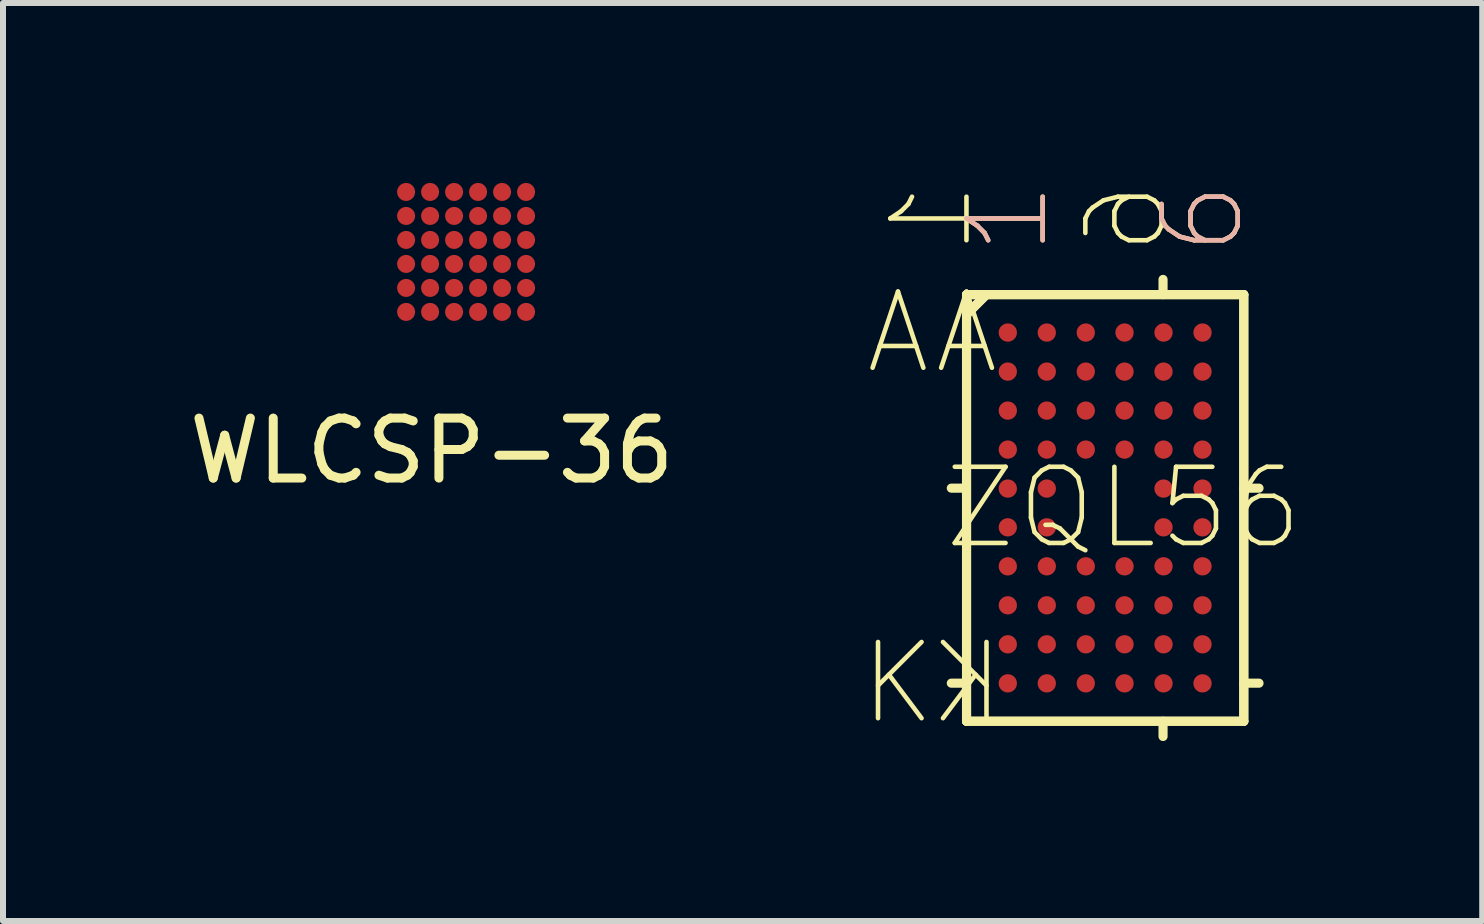
<source format=kicad_pcb>
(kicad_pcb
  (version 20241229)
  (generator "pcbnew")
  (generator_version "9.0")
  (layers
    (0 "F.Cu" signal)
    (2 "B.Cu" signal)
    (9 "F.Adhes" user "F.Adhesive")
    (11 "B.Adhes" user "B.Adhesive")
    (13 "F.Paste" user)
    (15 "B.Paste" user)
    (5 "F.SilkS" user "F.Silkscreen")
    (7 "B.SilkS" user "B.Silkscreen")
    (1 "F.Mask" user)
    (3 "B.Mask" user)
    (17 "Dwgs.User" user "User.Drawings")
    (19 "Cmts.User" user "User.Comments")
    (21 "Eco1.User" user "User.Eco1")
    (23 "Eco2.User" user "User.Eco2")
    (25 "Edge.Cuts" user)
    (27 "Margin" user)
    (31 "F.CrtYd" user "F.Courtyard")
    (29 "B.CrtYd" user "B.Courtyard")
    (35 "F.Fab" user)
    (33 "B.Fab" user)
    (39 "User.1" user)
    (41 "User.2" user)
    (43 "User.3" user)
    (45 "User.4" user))
  (footprint "WLCSP-36"
    (layer "F.Cu")
    (at 4.72 1.15)
    (property "Reference" "WLCSP-36" (at -0.572 3.315 0) (layer "F.SilkS") (effects (font (size 1 1) (thickness 0.15))))
    (attr through_hole)
    (pad "A1" smd circle (at -1 -1) (size 0.3 0.3) (layers "F.Cu" "F.Mask" "F.Paste"))
    (pad "A2" smd circle (at -0.6 -1) (size 0.3 0.3) (layers "F.Cu" "F.Mask" "F.Paste"))
    (pad "A3" smd circle (at -0.2 -1) (size 0.3 0.3) (layers "F.Cu" "F.Mask" "F.Paste"))
    (pad "A4" smd circle (at 0.2 -1) (size 0.3 0.3) (layers "F.Cu" "F.Mask" "F.Paste"))
    (pad "A5" smd circle (at 0.6 -1) (size 0.3 0.3) (layers "F.Cu" "F.Mask" "F.Paste"))
    (pad "A6" smd circle (at 1 -1) (size 0.3 0.3) (layers "F.Cu" "F.Mask" "F.Paste"))
    (pad "B1" smd circle (at -1 -0.6) (size 0.3 0.3) (layers "F.Cu" "F.Mask" "F.Paste"))
    (pad "B2" smd circle (at -0.6 -0.6) (size 0.3 0.3) (layers "F.Cu" "F.Mask" "F.Paste"))
    (pad "B3" smd circle (at -0.2 -0.6) (size 0.3 0.3) (layers "F.Cu" "F.Mask" "F.Paste"))
    (pad "B4" smd circle (at 0.2 -0.6) (size 0.3 0.3) (layers "F.Cu" "F.Mask" "F.Paste"))
    (pad "B5" smd circle (at 0.6 -0.6) (size 0.3 0.3) (layers "F.Cu" "F.Mask" "F.Paste"))
    (pad "B6" smd circle (at 1 -0.6) (size 0.3 0.3) (layers "F.Cu" "F.Mask" "F.Paste"))
    (pad "C1" smd circle (at -1 -0.2) (size 0.3 0.3) (layers "F.Cu" "F.Mask" "F.Paste"))
    (pad "C2" smd circle (at -0.6 -0.2) (size 0.3 0.3) (layers "F.Cu" "F.Mask" "F.Paste"))
    (pad "C3" smd circle (at -0.2 -0.2) (size 0.3 0.3) (layers "F.Cu" "F.Mask" "F.Paste"))
    (pad "C4" smd circle (at 0.2 -0.2) (size 0.3 0.3) (layers "F.Cu" "F.Mask" "F.Paste"))
    (pad "C5" smd circle (at 0.6 -0.2) (size 0.3 0.3) (layers "F.Cu" "F.Mask" "F.Paste"))
    (pad "C6" smd circle (at 1 -0.2) (size 0.3 0.3) (layers "F.Cu" "F.Mask" "F.Paste"))
    (pad "D1" smd circle (at -1 0.2) (size 0.3 0.3) (layers "F.Cu" "F.Mask" "F.Paste"))
    (pad "D2" smd circle (at -0.6 0.2) (size 0.3 0.3) (layers "F.Cu" "F.Mask" "F.Paste"))
    (pad "D3" smd circle (at -0.2 0.2) (size 0.3 0.3) (layers "F.Cu" "F.Mask" "F.Paste"))
    (pad "D4" smd circle (at 0.2 0.2) (size 0.3 0.3) (layers "F.Cu" "F.Mask" "F.Paste"))
    (pad "D5" smd circle (at 0.6 0.2) (size 0.3 0.3) (layers "F.Cu" "F.Mask" "F.Paste"))
    (pad "D6" smd circle (at 1 0.2) (size 0.3 0.3) (layers "F.Cu" "F.Mask" "F.Paste"))
    (pad "E1" smd circle (at -1 0.6) (size 0.3 0.3) (layers "F.Cu" "F.Mask" "F.Paste"))
    (pad "E2" smd circle (at -0.6 0.6) (size 0.3 0.3) (layers "F.Cu" "F.Mask" "F.Paste"))
    (pad "E3" smd circle (at -0.2 0.6) (size 0.3 0.3) (layers "F.Cu" "F.Mask" "F.Paste"))
    (pad "E4" smd circle (at 0.2 0.6) (size 0.3 0.3) (layers "F.Cu" "F.Mask" "F.Paste"))
    (pad "E5" smd circle (at 0.6 0.6) (size 0.3 0.3) (layers "F.Cu" "F.Mask" "F.Paste"))
    (pad "E6" smd circle (at 1 0.6) (size 0.3 0.3) (layers "F.Cu" "F.Mask" "F.Paste"))
    (pad "F1" smd circle (at -1 1) (size 0.3 0.3) (layers "F.Cu" "F.Mask" "F.Paste"))
    (pad "F2" smd circle (at -0.6 1) (size 0.3 0.3) (layers "F.Cu" "F.Mask" "F.Paste"))
    (pad "F3" smd circle (at -0.2 1) (size 0.3 0.3) (layers "F.Cu" "F.Mask" "F.Paste"))
    (pad "F4" smd circle (at 0.2 1) (size 0.3 0.3) (layers "F.Cu" "F.Mask" "F.Paste"))
    (pad "F5" smd circle (at 0.6 1) (size 0.3 0.3) (layers "F.Cu" "F.Mask" "F.Paste"))
    (pad "F6" smd circle (at 1 1) (size 0.3 0.3) (layers "F.Cu" "F.Mask" "F.Paste")))
  (footprint "ZQL56"
    (layer "F.Cu")
    (at 15.374 5.418)
    (property "Reference" "ZQL56" (at 0.305 0 0) (layer "F.SilkS") (effects (font (size 1.27 1.27) (thickness 0.076))))
    (attr smd)
    (fp_line (start -2.311 -3.556) (end -2.311 3.556) (stroke (width 0.152) (type solid)) (layer "F.SilkS"))
    (fp_line (start -2.311 -3.556) (end -2.311 3.556) (stroke (width 0.152) (type solid)) (layer "F.SilkS"))
    (fp_line (start -2.311 -0.33) (end -2.565 -0.33) (stroke (width 0.152) (type solid)) (layer "F.SilkS"))
    (fp_line (start -2.311 2.921) (end -2.565 2.921) (stroke (width 0.152) (type solid)) (layer "F.SilkS"))
    (fp_line (start -2.311 3.556) (end 2.311 3.556) (stroke (width 0.152) (type solid)) (layer "F.SilkS"))
    (fp_line (start -2.311 3.556) (end 2.311 3.556) (stroke (width 0.152) (type solid)) (layer "F.SilkS"))
    (fp_line (start -1.981 -3.556) (end -2.311 -3.226) (stroke (width 0.152) (type solid)) (layer "F.SilkS"))
    (fp_line (start -1.981 -3.556) (end -2.311 -3.226) (stroke (width 0.152) (type solid)) (layer "F.SilkS"))
    (fp_line (start 0.965 -3.556) (end 0.965 -3.81) (stroke (width 0.152) (type solid)) (layer "F.SilkS"))
    (fp_line (start 0.965 3.556) (end 0.965 3.81) (stroke (width 0.152) (type solid)) (layer "F.SilkS"))
    (fp_line (start 2.311 -3.556) (end -2.311 -3.556) (stroke (width 0.152) (type solid)) (layer "F.SilkS"))
    (fp_line (start 2.311 -3.556) (end -2.311 -3.556) (stroke (width 0.152) (type solid)) (layer "F.SilkS"))
    (fp_line (start 2.311 -0.33) (end 2.565 -0.33) (stroke (width 0.152) (type solid)) (layer "F.SilkS"))
    (fp_line (start 2.311 2.921) (end 2.565 2.921) (stroke (width 0.152) (type solid)) (layer "F.SilkS"))
    (fp_line (start 2.311 3.556) (end 2.311 -3.556) (stroke (width 0.152) (type solid)) (layer "F.SilkS"))
    (fp_line (start 2.311 3.556) (end 2.311 -3.556) (stroke (width 0.152) (type solid)) (layer "F.SilkS"))
    (fp_text user "1" (at -2.896 -4.826 90) (layer "F.SilkS") (effects (font (size 1.27 1.27) (thickness 0.076)) (justify mirror)))
    (fp_text user "A" (at -2.311 -2.921 0) (layer "F.SilkS") (effects (font (size 1.27 1.27) (thickness 0.076)) (justify mirror)))
    (fp_text user "K" (at -2.311 2.921 0) (layer "F.SilkS") (effects (font (size 1.27 1.27) (thickness 0.076)) (justify mirror)))
    (fp_text user "1" (at -1.626 -4.826 90) (layer "F.SilkS") (effects (font (size 1.27 1.27) (thickness 0.076))))
    (fp_text user "A" (at -3.454 -2.921 0) (layer "F.SilkS") (effects (font (size 1.27 1.27) (thickness 0.076))))
    (fp_text user "K" (at -3.454 2.921 0) (layer "F.SilkS") (effects (font (size 1.27 1.27) (thickness 0.076))))
    (fp_text user "6" (at 1.626 -4.826 90) (layer "F.SilkS") (effects (font (size 1.27 1.27) (thickness 0.076))))
    (fp_text user "6" (at 0.356 -4.826 90) (layer "F.SilkS") (effects (font (size 1.27 1.27) (thickness 0.076)) (justify mirror)))
    (fp_text user "6" (at 1.626 -4.826 90) (layer "B.SilkS") (effects (font (size 1.27 1.27) (thickness 0.076))))
    (fp_text user "1" (at -1.626 -4.826 90) (layer "B.SilkS") (effects (font (size 1.27 1.27) (thickness 0.076))))
    (pad "A1" smd circle (at -1.623 -2.924) (size 0.305 0.305) (layers "F.Cu" "F.Mask" "F.Paste"))
    (pad "A2" smd circle (at -0.973 -2.924) (size 0.305 0.305) (layers "F.Cu" "F.Mask" "F.Paste"))
    (pad "A3" smd circle (at -0.323 -2.924) (size 0.305 0.305) (layers "F.Cu" "F.Mask" "F.Paste"))
    (pad "A4" smd circle (at 0.323 -2.924) (size 0.305 0.305) (layers "F.Cu" "F.Mask" "F.Paste"))
    (pad "A5" smd circle (at 0.973 -2.924) (size 0.305 0.305) (layers "F.Cu" "F.Mask" "F.Paste"))
    (pad "A6" smd circle (at 1.623 -2.924) (size 0.305 0.305) (layers "F.Cu" "F.Mask" "F.Paste"))
    (pad "B1" smd circle (at -1.623 -2.273) (size 0.305 0.305) (layers "F.Cu" "F.Mask" "F.Paste"))
    (pad "B2" smd circle (at -0.973 -2.273) (size 0.305 0.305) (layers "F.Cu" "F.Mask" "F.Paste"))
    (pad "B3" smd circle (at -0.323 -2.273) (size 0.305 0.305) (layers "F.Cu" "F.Mask" "F.Paste"))
    (pad "B4" smd circle (at 0.323 -2.273) (size 0.305 0.305) (layers "F.Cu" "F.Mask" "F.Paste"))
    (pad "B5" smd circle (at 0.973 -2.273) (size 0.305 0.305) (layers "F.Cu" "F.Mask" "F.Paste"))
    (pad "B6" smd circle (at 1.623 -2.273) (size 0.305 0.305) (layers "F.Cu" "F.Mask" "F.Paste"))
    (pad "C1" smd circle (at -1.623 -1.623) (size 0.305 0.305) (layers "F.Cu" "F.Mask" "F.Paste"))
    (pad "C2" smd circle (at -0.973 -1.623) (size 0.305 0.305) (layers "F.Cu" "F.Mask" "F.Paste"))
    (pad "C3" smd circle (at -0.323 -1.623) (size 0.305 0.305) (layers "F.Cu" "F.Mask" "F.Paste"))
    (pad "C4" smd circle (at 0.323 -1.623) (size 0.305 0.305) (layers "F.Cu" "F.Mask" "F.Paste"))
    (pad "C5" smd circle (at 0.973 -1.623) (size 0.305 0.305) (layers "F.Cu" "F.Mask" "F.Paste"))
    (pad "C6" smd circle (at 1.623 -1.623) (size 0.305 0.305) (layers "F.Cu" "F.Mask" "F.Paste"))
    (pad "D1" smd circle (at -1.623 -0.973) (size 0.305 0.305) (layers "F.Cu" "F.Mask" "F.Paste"))
    (pad "D2" smd circle (at -0.973 -0.973) (size 0.305 0.305) (layers "F.Cu" "F.Mask" "F.Paste"))
    (pad "D3" smd circle (at -0.323 -0.973) (size 0.305 0.305) (layers "F.Cu" "F.Mask" "F.Paste"))
    (pad "D4" smd circle (at 0.323 -0.973) (size 0.305 0.305) (layers "F.Cu" "F.Mask" "F.Paste"))
    (pad "D5" smd circle (at 0.973 -0.973) (size 0.305 0.305) (layers "F.Cu" "F.Mask" "F.Paste"))
    (pad "D6" smd circle (at 1.623 -0.973) (size 0.305 0.305) (layers "F.Cu" "F.Mask" "F.Paste"))
    (pad "E1" smd circle (at -1.623 -0.323) (size 0.305 0.305) (layers "F.Cu" "F.Mask" "F.Paste"))
    (pad "E2" smd circle (at -0.973 -0.323) (size 0.305 0.305) (layers "F.Cu" "F.Mask" "F.Paste"))
    (pad "E5" smd circle (at 0.973 -0.323) (size 0.305 0.305) (layers "F.Cu" "F.Mask" "F.Paste"))
    (pad "E6" smd circle (at 1.623 -0.323) (size 0.305 0.305) (layers "F.Cu" "F.Mask" "F.Paste"))
    (pad "F1" smd circle (at -1.623 0.323) (size 0.305 0.305) (layers "F.Cu" "F.Mask" "F.Paste"))
    (pad "F2" smd circle (at -0.973 0.323) (size 0.305 0.305) (layers "F.Cu" "F.Mask" "F.Paste"))
    (pad "F5" smd circle (at 0.973 0.323) (size 0.305 0.305) (layers "F.Cu" "F.Mask" "F.Paste"))
    (pad "F6" smd circle (at 1.623 0.323) (size 0.305 0.305) (layers "F.Cu" "F.Mask" "F.Paste"))
    (pad "G1" smd circle (at -1.623 0.973) (size 0.305 0.305) (layers "F.Cu" "F.Mask" "F.Paste"))
    (pad "G2" smd circle (at -0.973 0.973) (size 0.305 0.305) (layers "F.Cu" "F.Mask" "F.Paste"))
    (pad "G3" smd circle (at -0.323 0.973) (size 0.305 0.305) (layers "F.Cu" "F.Mask" "F.Paste"))
    (pad "G4" smd circle (at 0.323 0.973) (size 0.305 0.305) (layers "F.Cu" "F.Mask" "F.Paste"))
    (pad "G5" smd circle (at 0.973 0.973) (size 0.305 0.305) (layers "F.Cu" "F.Mask" "F.Paste"))
    (pad "G6" smd circle (at 1.623 0.973) (size 0.305 0.305) (layers "F.Cu" "F.Mask" "F.Paste"))
    (pad "H1" smd circle (at -1.623 1.623) (size 0.305 0.305) (layers "F.Cu" "F.Mask" "F.Paste"))
    (pad "H2" smd circle (at -0.973 1.623) (size 0.305 0.305) (layers "F.Cu" "F.Mask" "F.Paste"))
    (pad "H3" smd circle (at -0.323 1.623) (size 0.305 0.305) (layers "F.Cu" "F.Mask" "F.Paste"))
    (pad "H4" smd circle (at 0.323 1.623) (size 0.305 0.305) (layers "F.Cu" "F.Mask" "F.Paste"))
    (pad "H5" smd circle (at 0.973 1.623) (size 0.305 0.305) (layers "F.Cu" "F.Mask" "F.Paste"))
    (pad "H6" smd circle (at 1.623 1.623) (size 0.305 0.305) (layers "F.Cu" "F.Mask" "F.Paste"))
    (pad "J1" smd circle (at -1.623 2.273) (size 0.305 0.305) (layers "F.Cu" "F.Mask" "F.Paste"))
    (pad "J2" smd circle (at -0.973 2.273) (size 0.305 0.305) (layers "F.Cu" "F.Mask" "F.Paste"))
    (pad "J3" smd circle (at -0.323 2.273) (size 0.305 0.305) (layers "F.Cu" "F.Mask" "F.Paste"))
    (pad "J4" smd circle (at 0.323 2.273) (size 0.305 0.305) (layers "F.Cu" "F.Mask" "F.Paste"))
    (pad "J5" smd circle (at 0.973 2.273) (size 0.305 0.305) (layers "F.Cu" "F.Mask" "F.Paste"))
    (pad "J6" smd circle (at 1.623 2.273) (size 0.305 0.305) (layers "F.Cu" "F.Mask" "F.Paste"))
    (pad "K1" smd circle (at -1.623 2.924) (size 0.305 0.305) (layers "F.Cu" "F.Mask" "F.Paste"))
    (pad "K2" smd circle (at -0.973 2.924) (size 0.305 0.305) (layers "F.Cu" "F.Mask" "F.Paste"))
    (pad "K3" smd circle (at -0.323 2.924) (size 0.305 0.305) (layers "F.Cu" "F.Mask" "F.Paste"))
    (pad "K4" smd circle (at 0.323 2.924) (size 0.305 0.305) (layers "F.Cu" "F.Mask" "F.Paste"))
    (pad "K5" smd circle (at 0.973 2.924) (size 0.305 0.305) (layers "F.Cu" "F.Mask" "F.Paste"))
    (pad "K6" smd circle (at 1.623 2.924) (size 0.305 0.305) (layers "F.Cu" "F.Mask" "F.Paste")))
  (gr_rect
    (start -3 -3)
    (end 21.66 12.304)
    (stroke (width 0.1) (type default))
    (fill no)
    (layer "Edge.Cuts")))
</source>
